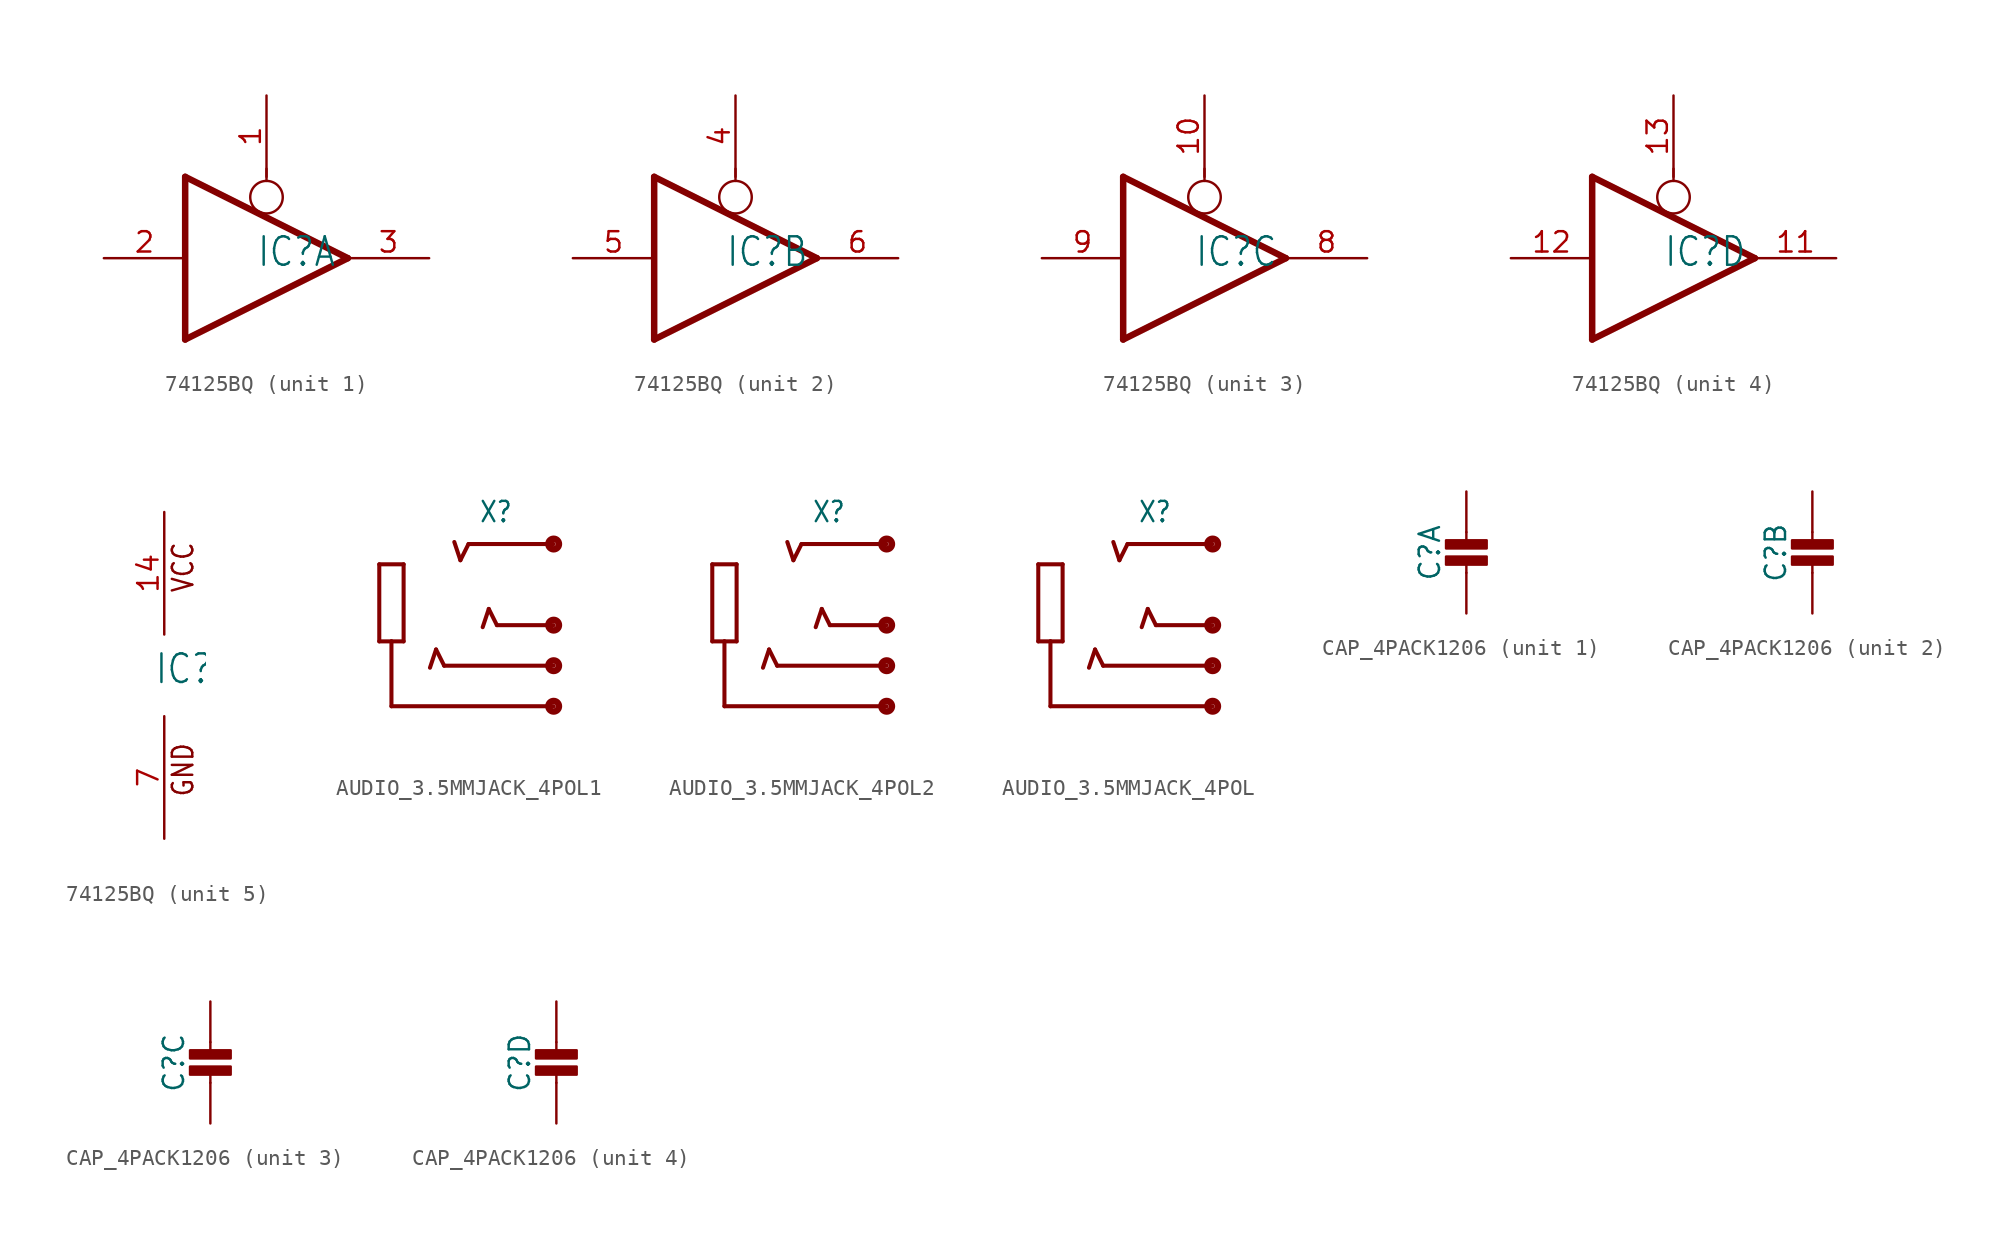
<source format=kicad_sym>
(kicad_symbol_lib
  (version 20220914)
  (generator kicad_symbol_editor)
  (symbol "74125BQ"
    (property "Reference" "IC"
      (at -0.635 -0.635 0)
      (effects (font (size 1.778 1.511)) (justify left bottom)))
    (property "ki_locked" ""
      (at 0 0 0)
      (effects (font (size 1.27 1.27))))
    (symbol "74125BQ_1_0"
      (polyline (pts (xy -5.08 -5.08) (xy -5.08 5.08)) (stroke (width 0.406) (type solid)) (fill (type none)))
      (polyline (pts (xy 0 4.826) (xy 0 5.588)) (stroke (width 0.152) (type solid)) (fill (type none)))
      (polyline (pts (xy 5.08 0) (xy -5.08 -5.08)) (stroke (width 0.406) (type solid)) (fill (type none)))
      (polyline (pts (xy 5.08 0) (xy -5.08 5.08)) (stroke (width 0.406) (type solid)) (fill (type none)))
      (circle (center 0 3.81) (radius 1.016) (stroke (width 0.152) (type solid)) (fill (type none)))
      (pin input line (at 0 10.16 270) (length 5.08) (name "OE" (effects (font (size 0 0)))) (number "1" (effects (font (size 1.27 1.27)))))
      (pin input line (at -10.16 0 0) (length 5.08) (name "I" (effects (font (size 0 0)))) (number "2" (effects (font (size 1.27 1.27)))))
      (pin tri_state line (at 10.16 0 180) (length 5.08) (name "O" (effects (font (size 0 0)))) (number "3" (effects (font (size 1.27 1.27))))))
    (symbol "74125BQ_2_0"
      (polyline (pts (xy -5.08 -5.08) (xy -5.08 5.08)) (stroke (width 0.406) (type solid)) (fill (type none)))
      (polyline (pts (xy 0 4.826) (xy 0 5.588)) (stroke (width 0.152) (type solid)) (fill (type none)))
      (polyline (pts (xy 5.08 0) (xy -5.08 -5.08)) (stroke (width 0.406) (type solid)) (fill (type none)))
      (polyline (pts (xy 5.08 0) (xy -5.08 5.08)) (stroke (width 0.406) (type solid)) (fill (type none)))
      (circle (center 0 3.81) (radius 1.016) (stroke (width 0.152) (type solid)) (fill (type none)))
      (pin input line (at 0 10.16 270) (length 5.08) (name "OE" (effects (font (size 0 0)))) (number "4" (effects (font (size 1.27 1.27)))))
      (pin input line (at -10.16 0 0) (length 5.08) (name "I" (effects (font (size 0 0)))) (number "5" (effects (font (size 1.27 1.27)))))
      (pin tri_state line (at 10.16 0 180) (length 5.08) (name "O" (effects (font (size 0 0)))) (number "6" (effects (font (size 1.27 1.27))))))
    (symbol "74125BQ_3_0"
      (polyline (pts (xy -5.08 -5.08) (xy -5.08 5.08)) (stroke (width 0.406) (type solid)) (fill (type none)))
      (polyline (pts (xy 0 4.826) (xy 0 5.588)) (stroke (width 0.152) (type solid)) (fill (type none)))
      (polyline (pts (xy 5.08 0) (xy -5.08 -5.08)) (stroke (width 0.406) (type solid)) (fill (type none)))
      (polyline (pts (xy 5.08 0) (xy -5.08 5.08)) (stroke (width 0.406) (type solid)) (fill (type none)))
      (circle (center 0 3.81) (radius 1.016) (stroke (width 0.152) (type solid)) (fill (type none)))
      (pin input line (at 0 10.16 270) (length 5.08) (name "OE" (effects (font (size 0 0)))) (number "10" (effects (font (size 1.27 1.27)))))
      (pin tri_state line (at 10.16 0 180) (length 5.08) (name "O" (effects (font (size 0 0)))) (number "8" (effects (font (size 1.27 1.27)))))
      (pin input line (at -10.16 0 0) (length 5.08) (name "I" (effects (font (size 0 0)))) (number "9" (effects (font (size 1.27 1.27))))))
    (symbol "74125BQ_4_0"
      (polyline (pts (xy -5.08 -5.08) (xy -5.08 5.08)) (stroke (width 0.406) (type solid)) (fill (type none)))
      (polyline (pts (xy 0 4.826) (xy 0 5.588)) (stroke (width 0.152) (type solid)) (fill (type none)))
      (polyline (pts (xy 5.08 0) (xy -5.08 -5.08)) (stroke (width 0.406) (type solid)) (fill (type none)))
      (polyline (pts (xy 5.08 0) (xy -5.08 5.08)) (stroke (width 0.406) (type solid)) (fill (type none)))
      (circle (center 0 3.81) (radius 1.016) (stroke (width 0.152) (type solid)) (fill (type none)))
      (pin tri_state line (at 10.16 0 180) (length 5.08) (name "O" (effects (font (size 0 0)))) (number "11" (effects (font (size 1.27 1.27)))))
      (pin input line (at -10.16 0 0) (length 5.08) (name "I" (effects (font (size 0 0)))) (number "12" (effects (font (size 1.27 1.27)))))
      (pin input line (at 0 10.16 270) (length 5.08) (name "OE" (effects (font (size 0 0)))) (number "13" (effects (font (size 1.27 1.27))))))
    (symbol "74125BQ_5_0"
      (text "GND" (at 1.905 -7.62 900) (effects (font (size 1.27 1.079)) (justify left bottom)))
      (text "VCC" (at 1.905 5.08 900) (effects (font (size 1.27 1.079)) (justify left bottom)))
      (pin power_in line (at 0 10.16 270) (length 7.62) (name "VCC" (effects (font (size 0 0)))) (number "14" (effects (font (size 1.27 1.27)))))
      (pin power_in line (at 0 -10.16 90) (length 7.62) (name "GND" (effects (font (size 0 0)))) (number "7" (effects (font (size 1.27 1.27)))))))
  (symbol "AUDIO_3.5MMJACK_4POL1"
    (property "Reference" "X"
      (at 2.54 6.35 0)
      (effects (font (size 1.27 1.079)) (justify right bottom)))
    (property "Value" ""
      (at 2.54 -7.62 0)
      (effects (font (size 1.27 1.079)) (justify right bottom)))
    (property "ki_locked" ""
      (at 0 0 0)
      (effects (font (size 1.27 1.27))))
    (symbol "AUDIO_3.5MMJACK_4POL1_1_0"
      (polyline (pts (xy -5.842 -1.016) (xy -5.842 3.81)) (stroke (width 0.254) (type solid)) (fill (type none)))
      (polyline (pts (xy -5.08 -5.08) (xy 5.08 -5.08)) (stroke (width 0.254) (type solid)) (fill (type none)))
      (polyline (pts (xy -5.08 -1.016) (xy -5.842 -1.016)) (stroke (width 0.254) (type solid)) (fill (type none)))
      (polyline (pts (xy -5.08 -1.016) (xy -5.08 -5.08)) (stroke (width 0.254) (type solid)) (fill (type none)))
      (polyline (pts (xy -4.318 -1.016) (xy -5.08 -1.016)) (stroke (width 0.254) (type solid)) (fill (type none)))
      (polyline (pts (xy -4.318 -1.016) (xy -4.318 3.81)) (stroke (width 0.254) (type solid)) (fill (type none)))
      (polyline (pts (xy -4.318 3.81) (xy -5.842 3.81)) (stroke (width 0.254) (type solid)) (fill (type none)))
      (polyline (pts (xy -2.667 -2.667) (xy -2.286 -1.524)) (stroke (width 0.254) (type solid)) (fill (type none)))
      (polyline (pts (xy -2.286 -1.524) (xy -1.778 -2.54)) (stroke (width 0.254) (type solid)) (fill (type none)))
      (polyline (pts (xy -0.762 4.064) (xy -1.143 5.207)) (stroke (width 0.254) (type solid)) (fill (type none)))
      (polyline (pts (xy -0.254 5.08) (xy -0.762 4.064)) (stroke (width 0.254) (type solid)) (fill (type none)))
      (polyline (pts (xy 0.635 -0.127) (xy 1.016 1.016)) (stroke (width 0.254) (type solid)) (fill (type none)))
      (polyline (pts (xy 1.016 1.016) (xy 1.524 0)) (stroke (width 0.254) (type solid)) (fill (type none)))
      (polyline (pts (xy 5.08 -2.54) (xy -1.778 -2.54)) (stroke (width 0.254) (type solid)) (fill (type none)))
      (polyline (pts (xy 5.08 0) (xy 1.524 0)) (stroke (width 0.254) (type solid)) (fill (type none)))
      (polyline (pts (xy 5.08 5.08) (xy -0.254 5.08)) (stroke (width 0.254) (type solid)) (fill (type none)))
      (circle (center 5.08 -5.08) (radius 0.127) (stroke (width 0.406) (type solid)) (fill (type none)))
      (circle (center 5.08 -2.54) (radius 0.127) (stroke (width 0.406) (type solid)) (fill (type none)))
      (circle (center 5.08 0) (radius 0.127) (stroke (width 0.406) (type solid)) (fill (type none)))
      (circle (center 5.08 5.08) (radius 0.127) (stroke (width 0.406) (type solid)) (fill (type none)))
      (pin passive line (at 5.08 -5.08 180) (length 0) (name "TIP" (effects (font (size 0 0)))) (number "1-GND" (effects (font (size 0 0)))))
      (pin passive line (at 5.08 0 180) (length 0) (name "RING3" (effects (font (size 0 0)))) (number "2-TIP" (effects (font (size 0 0)))))
      (pin passive line (at 5.08 5.08 180) (length 0) (name "RING2" (effects (font (size 0 0)))) (number "3-OUTER_SLEEVE" (effects (font (size 0 0)))))
      (pin passive line (at 5.08 -2.54 180) (length 0) (name "RING1" (effects (font (size 0 0)))) (number "4-INNER_SLEEVE" (effects (font (size 0 0)))))))
  (symbol "AUDIO_3.5MMJACK_4POL2"
    (property "Reference" "X"
      (at 2.54 6.35 0)
      (effects (font (size 1.27 1.079)) (justify right bottom)))
    (property "Value" ""
      (at 2.54 -7.62 0)
      (effects (font (size 1.27 1.079)) (justify right bottom)))
    (property "ki_locked" ""
      (at 0 0 0)
      (effects (font (size 1.27 1.27))))
    (symbol "AUDIO_3.5MMJACK_4POL2_1_0"
      (polyline (pts (xy -5.842 -1.016) (xy -5.842 3.81)) (stroke (width 0.254) (type solid)) (fill (type none)))
      (polyline (pts (xy -5.08 -5.08) (xy 5.08 -5.08)) (stroke (width 0.254) (type solid)) (fill (type none)))
      (polyline (pts (xy -5.08 -1.016) (xy -5.842 -1.016)) (stroke (width 0.254) (type solid)) (fill (type none)))
      (polyline (pts (xy -5.08 -1.016) (xy -5.08 -5.08)) (stroke (width 0.254) (type solid)) (fill (type none)))
      (polyline (pts (xy -4.318 -1.016) (xy -5.08 -1.016)) (stroke (width 0.254) (type solid)) (fill (type none)))
      (polyline (pts (xy -4.318 -1.016) (xy -4.318 3.81)) (stroke (width 0.254) (type solid)) (fill (type none)))
      (polyline (pts (xy -4.318 3.81) (xy -5.842 3.81)) (stroke (width 0.254) (type solid)) (fill (type none)))
      (polyline (pts (xy -2.667 -2.667) (xy -2.286 -1.524)) (stroke (width 0.254) (type solid)) (fill (type none)))
      (polyline (pts (xy -2.286 -1.524) (xy -1.778 -2.54)) (stroke (width 0.254) (type solid)) (fill (type none)))
      (polyline (pts (xy -0.762 4.064) (xy -1.143 5.207)) (stroke (width 0.254) (type solid)) (fill (type none)))
      (polyline (pts (xy -0.254 5.08) (xy -0.762 4.064)) (stroke (width 0.254) (type solid)) (fill (type none)))
      (polyline (pts (xy 0.635 -0.127) (xy 1.016 1.016)) (stroke (width 0.254) (type solid)) (fill (type none)))
      (polyline (pts (xy 1.016 1.016) (xy 1.524 0)) (stroke (width 0.254) (type solid)) (fill (type none)))
      (polyline (pts (xy 5.08 -2.54) (xy -1.778 -2.54)) (stroke (width 0.254) (type solid)) (fill (type none)))
      (polyline (pts (xy 5.08 0) (xy 1.524 0)) (stroke (width 0.254) (type solid)) (fill (type none)))
      (polyline (pts (xy 5.08 5.08) (xy -0.254 5.08)) (stroke (width 0.254) (type solid)) (fill (type none)))
      (circle (center 5.08 -5.08) (radius 0.127) (stroke (width 0.406) (type solid)) (fill (type none)))
      (circle (center 5.08 -2.54) (radius 0.127) (stroke (width 0.406) (type solid)) (fill (type none)))
      (circle (center 5.08 0) (radius 0.127) (stroke (width 0.406) (type solid)) (fill (type none)))
      (circle (center 5.08 5.08) (radius 0.127) (stroke (width 0.406) (type solid)) (fill (type none)))
      (pin passive line (at 5.08 -5.08 180) (length 0) (name "TIP" (effects (font (size 0 0)))) (number "1-GND" (effects (font (size 0 0)))))
      (pin passive line (at 5.08 0 180) (length 0) (name "RING3" (effects (font (size 0 0)))) (number "2-TIP" (effects (font (size 0 0)))))
      (pin passive line (at 5.08 5.08 180) (length 0) (name "RING2" (effects (font (size 0 0)))) (number "3-OUTER_SLEEVE" (effects (font (size 0 0)))))
      (pin passive line (at 5.08 -2.54 180) (length 0) (name "RING1" (effects (font (size 0 0)))) (number "4-INNER_SLEEVE" (effects (font (size 0 0)))))))
  (symbol "AUDIO_3.5MMJACK_4POL"
    (property "Reference" "X"
      (at 2.54 6.35 0)
      (effects (font (size 1.27 1.079)) (justify right bottom)))
    (property "Value" ""
      (at 2.54 -7.62 0)
      (effects (font (size 1.27 1.079)) (justify right bottom)))
    (property "ki_locked" ""
      (at 0 0 0)
      (effects (font (size 1.27 1.27))))
    (symbol "AUDIO_3.5MMJACK_4POL_1_0"
      (polyline (pts (xy -5.842 -1.016) (xy -5.842 3.81)) (stroke (width 0.254) (type solid)) (fill (type none)))
      (polyline (pts (xy -5.08 -5.08) (xy 5.08 -5.08)) (stroke (width 0.254) (type solid)) (fill (type none)))
      (polyline (pts (xy -5.08 -1.016) (xy -5.842 -1.016)) (stroke (width 0.254) (type solid)) (fill (type none)))
      (polyline (pts (xy -5.08 -1.016) (xy -5.08 -5.08)) (stroke (width 0.254) (type solid)) (fill (type none)))
      (polyline (pts (xy -4.318 -1.016) (xy -5.08 -1.016)) (stroke (width 0.254) (type solid)) (fill (type none)))
      (polyline (pts (xy -4.318 -1.016) (xy -4.318 3.81)) (stroke (width 0.254) (type solid)) (fill (type none)))
      (polyline (pts (xy -4.318 3.81) (xy -5.842 3.81)) (stroke (width 0.254) (type solid)) (fill (type none)))
      (polyline (pts (xy -2.667 -2.667) (xy -2.286 -1.524)) (stroke (width 0.254) (type solid)) (fill (type none)))
      (polyline (pts (xy -2.286 -1.524) (xy -1.778 -2.54)) (stroke (width 0.254) (type solid)) (fill (type none)))
      (polyline (pts (xy -0.762 4.064) (xy -1.143 5.207)) (stroke (width 0.254) (type solid)) (fill (type none)))
      (polyline (pts (xy -0.254 5.08) (xy -0.762 4.064)) (stroke (width 0.254) (type solid)) (fill (type none)))
      (polyline (pts (xy 0.635 -0.127) (xy 1.016 1.016)) (stroke (width 0.254) (type solid)) (fill (type none)))
      (polyline (pts (xy 1.016 1.016) (xy 1.524 0)) (stroke (width 0.254) (type solid)) (fill (type none)))
      (polyline (pts (xy 5.08 -2.54) (xy -1.778 -2.54)) (stroke (width 0.254) (type solid)) (fill (type none)))
      (polyline (pts (xy 5.08 0) (xy 1.524 0)) (stroke (width 0.254) (type solid)) (fill (type none)))
      (polyline (pts (xy 5.08 5.08) (xy -0.254 5.08)) (stroke (width 0.254) (type solid)) (fill (type none)))
      (circle (center 5.08 -5.08) (radius 0.127) (stroke (width 0.406) (type solid)) (fill (type none)))
      (circle (center 5.08 -2.54) (radius 0.127) (stroke (width 0.406) (type solid)) (fill (type none)))
      (circle (center 5.08 0) (radius 0.127) (stroke (width 0.406) (type solid)) (fill (type none)))
      (circle (center 5.08 5.08) (radius 0.127) (stroke (width 0.406) (type solid)) (fill (type none)))
      (pin passive line (at 5.08 -5.08 180) (length 0) (name "TIP" (effects (font (size 0 0)))) (number "1-GND" (effects (font (size 0 0)))))
      (pin passive line (at 5.08 0 180) (length 0) (name "RING3" (effects (font (size 0 0)))) (number "2-TIP" (effects (font (size 0 0)))))
      (pin passive line (at 5.08 5.08 180) (length 0) (name "RING2" (effects (font (size 0 0)))) (number "3-OUTER_SLEEVE" (effects (font (size 0 0)))))
      (pin passive line (at 5.08 -2.54 180) (length 0) (name "RING1" (effects (font (size 0 0)))) (number "4-INNER_SLEEVE" (effects (font (size 0 0)))))))
  (symbol "CAP_4PACK1206"
    (property "Reference" "C"
      (at -2.29 1.25 90)
      (effects (font (size 1.27 1.27))))
    (property "Value" ""
      (at 2.3 1.25 90)
      (effects (font (size 1.27 1.27))))
    (property "ki_locked" ""
      (at 0 0 0)
      (effects (font (size 1.27 1.27))))
    (symbol "CAP_4PACK1206_1_0"
      (rectangle (start -1.27 0.508) (end 1.27 1.016) (stroke (width 0) (type default)) (fill (type outline)))
      (rectangle (start -1.27 1.524) (end 1.27 2.032) (stroke (width 0) (type default)) (fill (type outline)))
      (polyline (pts (xy 0 0.762) (xy 0 0)) (stroke (width 0.152) (type solid)) (fill (type none)))
      (polyline (pts (xy 0 2.54) (xy 0 1.778)) (stroke (width 0.152) (type solid)) (fill (type none)))
      (pin passive line (at 0 5.08 270) (length 2.54) (name "1" (effects (font (size 0 0)))) (number "4" (effects (font (size 0 0)))))
      (pin passive line (at 0 -2.54 90) (length 2.54) (name "2" (effects (font (size 0 0)))) (number "5" (effects (font (size 0 0))))))
    (symbol "CAP_4PACK1206_2_0"
      (rectangle (start -1.27 0.508) (end 1.27 1.016) (stroke (width 0) (type default)) (fill (type outline)))
      (rectangle (start -1.27 1.524) (end 1.27 2.032) (stroke (width 0) (type default)) (fill (type outline)))
      (polyline (pts (xy 0 0.762) (xy 0 0)) (stroke (width 0.152) (type solid)) (fill (type none)))
      (polyline (pts (xy 0 2.54) (xy 0 1.778)) (stroke (width 0.152) (type solid)) (fill (type none)))
      (pin passive line (at 0 5.08 270) (length 2.54) (name "1" (effects (font (size 0 0)))) (number "3" (effects (font (size 0 0)))))
      (pin passive line (at 0 -2.54 90) (length 2.54) (name "2" (effects (font (size 0 0)))) (number "6" (effects (font (size 0 0))))))
    (symbol "CAP_4PACK1206_3_0"
      (rectangle (start -1.27 0.508) (end 1.27 1.016) (stroke (width 0) (type default)) (fill (type outline)))
      (rectangle (start -1.27 1.524) (end 1.27 2.032) (stroke (width 0) (type default)) (fill (type outline)))
      (polyline (pts (xy 0 0.762) (xy 0 0)) (stroke (width 0.152) (type solid)) (fill (type none)))
      (polyline (pts (xy 0 2.54) (xy 0 1.778)) (stroke (width 0.152) (type solid)) (fill (type none)))
      (pin passive line (at 0 5.08 270) (length 2.54) (name "1" (effects (font (size 0 0)))) (number "2" (effects (font (size 0 0)))))
      (pin passive line (at 0 -2.54 90) (length 2.54) (name "2" (effects (font (size 0 0)))) (number "7" (effects (font (size 0 0))))))
    (symbol "CAP_4PACK1206_4_0"
      (rectangle (start -1.27 0.508) (end 1.27 1.016) (stroke (width 0) (type default)) (fill (type outline)))
      (rectangle (start -1.27 1.524) (end 1.27 2.032) (stroke (width 0) (type default)) (fill (type outline)))
      (polyline (pts (xy 0 0.762) (xy 0 0)) (stroke (width 0.152) (type solid)) (fill (type none)))
      (polyline (pts (xy 0 2.54) (xy 0 1.778)) (stroke (width 0.152) (type solid)) (fill (type none)))
      (pin passive line (at 0 5.08 270) (length 2.54) (name "1" (effects (font (size 0 0)))) (number "1" (effects (font (size 0 0)))))
      (pin passive line (at 0 -2.54 90) (length 2.54) (name "2" (effects (font (size 0 0)))) (number "8" (effects (font (size 0 0))))))))
</source>
